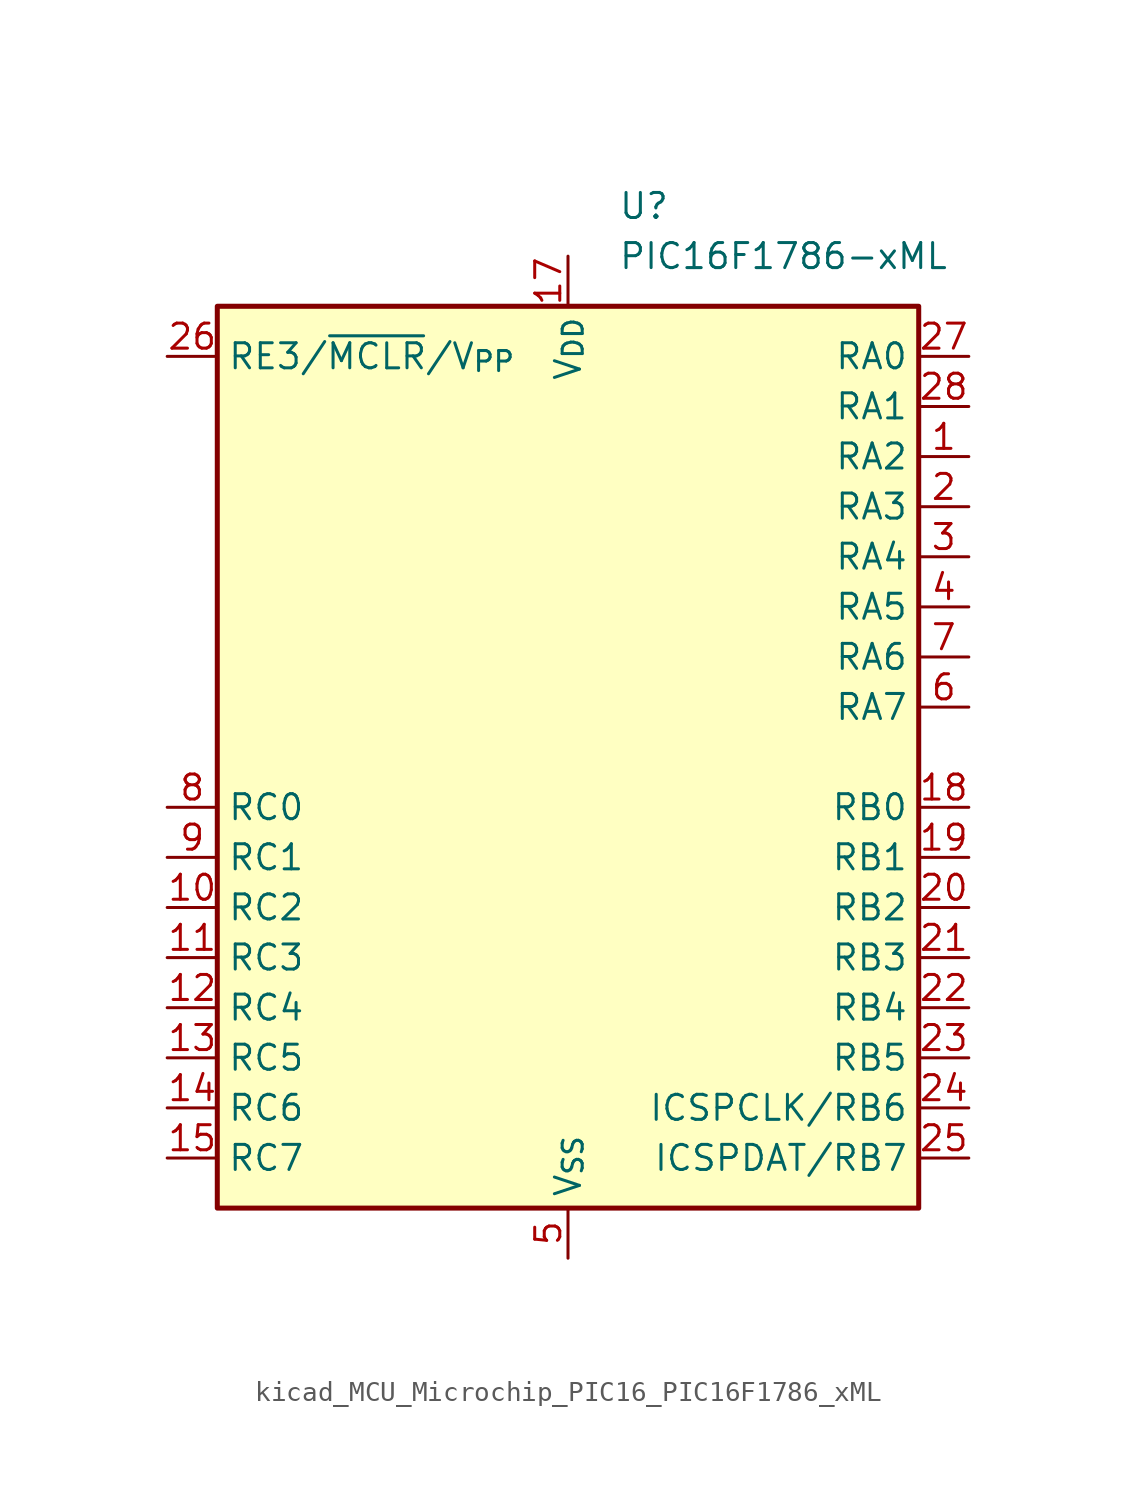
<source format=kicad_sym>
(kicad_symbol_lib
  (version 20220914)
  (generator kicad_symbol_editor)
  (symbol "kicad_MCU_Microchip_PIC16_PIC16F1786_xML"
    (property "Reference" "U"
      (at 2.54 27.94 0)
      (effects (font (size 1.27 1.27)) (justify left)))
    (property "Value" "PIC16F1786-xML"
      (at 2.54 25.4 0)
      (effects (font (size 1.27 1.27)) (justify left)))
    (symbol "kicad_MCU_Microchip_PIC16_PIC16F1786_xML_0_1"
      (rectangle (start -17.78 -22.86) (end 17.78 22.86) (stroke (width 0.254) (type default)) (fill (type background))))
    (symbol "kicad_MCU_Microchip_PIC16_PIC16F1786_xML_1_1"
      (pin bidirectional line (at 20.32 15.24 180) (length 2.54) (name "RA2" (effects (font (size 1.27 1.27)))) (number "1" (effects (font (size 1.27 1.27)))))
      (pin bidirectional line (at -20.32 -7.62 0) (length 2.54) (name "RC2" (effects (font (size 1.27 1.27)))) (number "10" (effects (font (size 1.27 1.27)))))
      (pin bidirectional line (at -20.32 -10.16 0) (length 2.54) (name "RC3" (effects (font (size 1.27 1.27)))) (number "11" (effects (font (size 1.27 1.27)))))
      (pin bidirectional line (at -20.32 -12.7 0) (length 2.54) (name "RC4" (effects (font (size 1.27 1.27)))) (number "12" (effects (font (size 1.27 1.27)))))
      (pin bidirectional line (at -20.32 -15.24 0) (length 2.54) (name "RC5" (effects (font (size 1.27 1.27)))) (number "13" (effects (font (size 1.27 1.27)))))
      (pin bidirectional line (at -20.32 -17.78 0) (length 2.54) (name "RC6" (effects (font (size 1.27 1.27)))) (number "14" (effects (font (size 1.27 1.27)))))
      (pin bidirectional line (at -20.32 -20.32 0) (length 2.54) (name "RC7" (effects (font (size 1.27 1.27)))) (number "15" (effects (font (size 1.27 1.27)))))
      (pin passive line (at 0 -25.4 90) (length 2.54) hide (name "V_{SS}" (effects (font (size 1.27 1.27)))) (number "16" (effects (font (size 1.27 1.27)))))
      (pin power_in line (at 0 25.4 270) (length 2.54) (name "V_{DD}" (effects (font (size 1.27 1.27)))) (number "17" (effects (font (size 1.27 1.27)))))
      (pin bidirectional line (at 20.32 -2.54 180) (length 2.54) (name "RB0" (effects (font (size 1.27 1.27)))) (number "18" (effects (font (size 1.27 1.27)))))
      (pin bidirectional line (at 20.32 -5.08 180) (length 2.54) (name "RB1" (effects (font (size 1.27 1.27)))) (number "19" (effects (font (size 1.27 1.27)))))
      (pin bidirectional line (at 20.32 12.7 180) (length 2.54) (name "RA3" (effects (font (size 1.27 1.27)))) (number "2" (effects (font (size 1.27 1.27)))))
      (pin bidirectional line (at 20.32 -7.62 180) (length 2.54) (name "RB2" (effects (font (size 1.27 1.27)))) (number "20" (effects (font (size 1.27 1.27)))))
      (pin bidirectional line (at 20.32 -10.16 180) (length 2.54) (name "RB3" (effects (font (size 1.27 1.27)))) (number "21" (effects (font (size 1.27 1.27)))))
      (pin bidirectional line (at 20.32 -12.7 180) (length 2.54) (name "RB4" (effects (font (size 1.27 1.27)))) (number "22" (effects (font (size 1.27 1.27)))))
      (pin bidirectional line (at 20.32 -15.24 180) (length 2.54) (name "RB5" (effects (font (size 1.27 1.27)))) (number "23" (effects (font (size 1.27 1.27)))))
      (pin bidirectional line (at 20.32 -17.78 180) (length 2.54) (name "ICSPCLK/RB6" (effects (font (size 1.27 1.27)))) (number "24" (effects (font (size 1.27 1.27)))))
      (pin bidirectional line (at 20.32 -20.32 180) (length 2.54) (name "ICSPDAT/RB7" (effects (font (size 1.27 1.27)))) (number "25" (effects (font (size 1.27 1.27)))))
      (pin input line (at -20.32 20.32 0) (length 2.54) (name "RE3/~{MCLR}/V_{PP}" (effects (font (size 1.27 1.27)))) (number "26" (effects (font (size 1.27 1.27)))))
      (pin bidirectional line (at 20.32 20.32 180) (length 2.54) (name "RA0" (effects (font (size 1.27 1.27)))) (number "27" (effects (font (size 1.27 1.27)))))
      (pin bidirectional line (at 20.32 17.78 180) (length 2.54) (name "RA1" (effects (font (size 1.27 1.27)))) (number "28" (effects (font (size 1.27 1.27)))))
      (pin bidirectional line (at 20.32 10.16 180) (length 2.54) (name "RA4" (effects (font (size 1.27 1.27)))) (number "3" (effects (font (size 1.27 1.27)))))
      (pin bidirectional line (at 20.32 7.62 180) (length 2.54) (name "RA5" (effects (font (size 1.27 1.27)))) (number "4" (effects (font (size 1.27 1.27)))))
      (pin power_in line (at 0 -25.4 90) (length 2.54) (name "V_{SS}" (effects (font (size 1.27 1.27)))) (number "5" (effects (font (size 1.27 1.27)))))
      (pin bidirectional line (at 20.32 2.54 180) (length 2.54) (name "RA7" (effects (font (size 1.27 1.27)))) (number "6" (effects (font (size 1.27 1.27)))))
      (pin bidirectional line (at 20.32 5.08 180) (length 2.54) (name "RA6" (effects (font (size 1.27 1.27)))) (number "7" (effects (font (size 1.27 1.27)))))
      (pin bidirectional line (at -20.32 -2.54 0) (length 2.54) (name "RC0" (effects (font (size 1.27 1.27)))) (number "8" (effects (font (size 1.27 1.27)))))
      (pin bidirectional line (at -20.32 -5.08 0) (length 2.54) (name "RC1" (effects (font (size 1.27 1.27)))) (number "9" (effects (font (size 1.27 1.27))))))))
</source>
